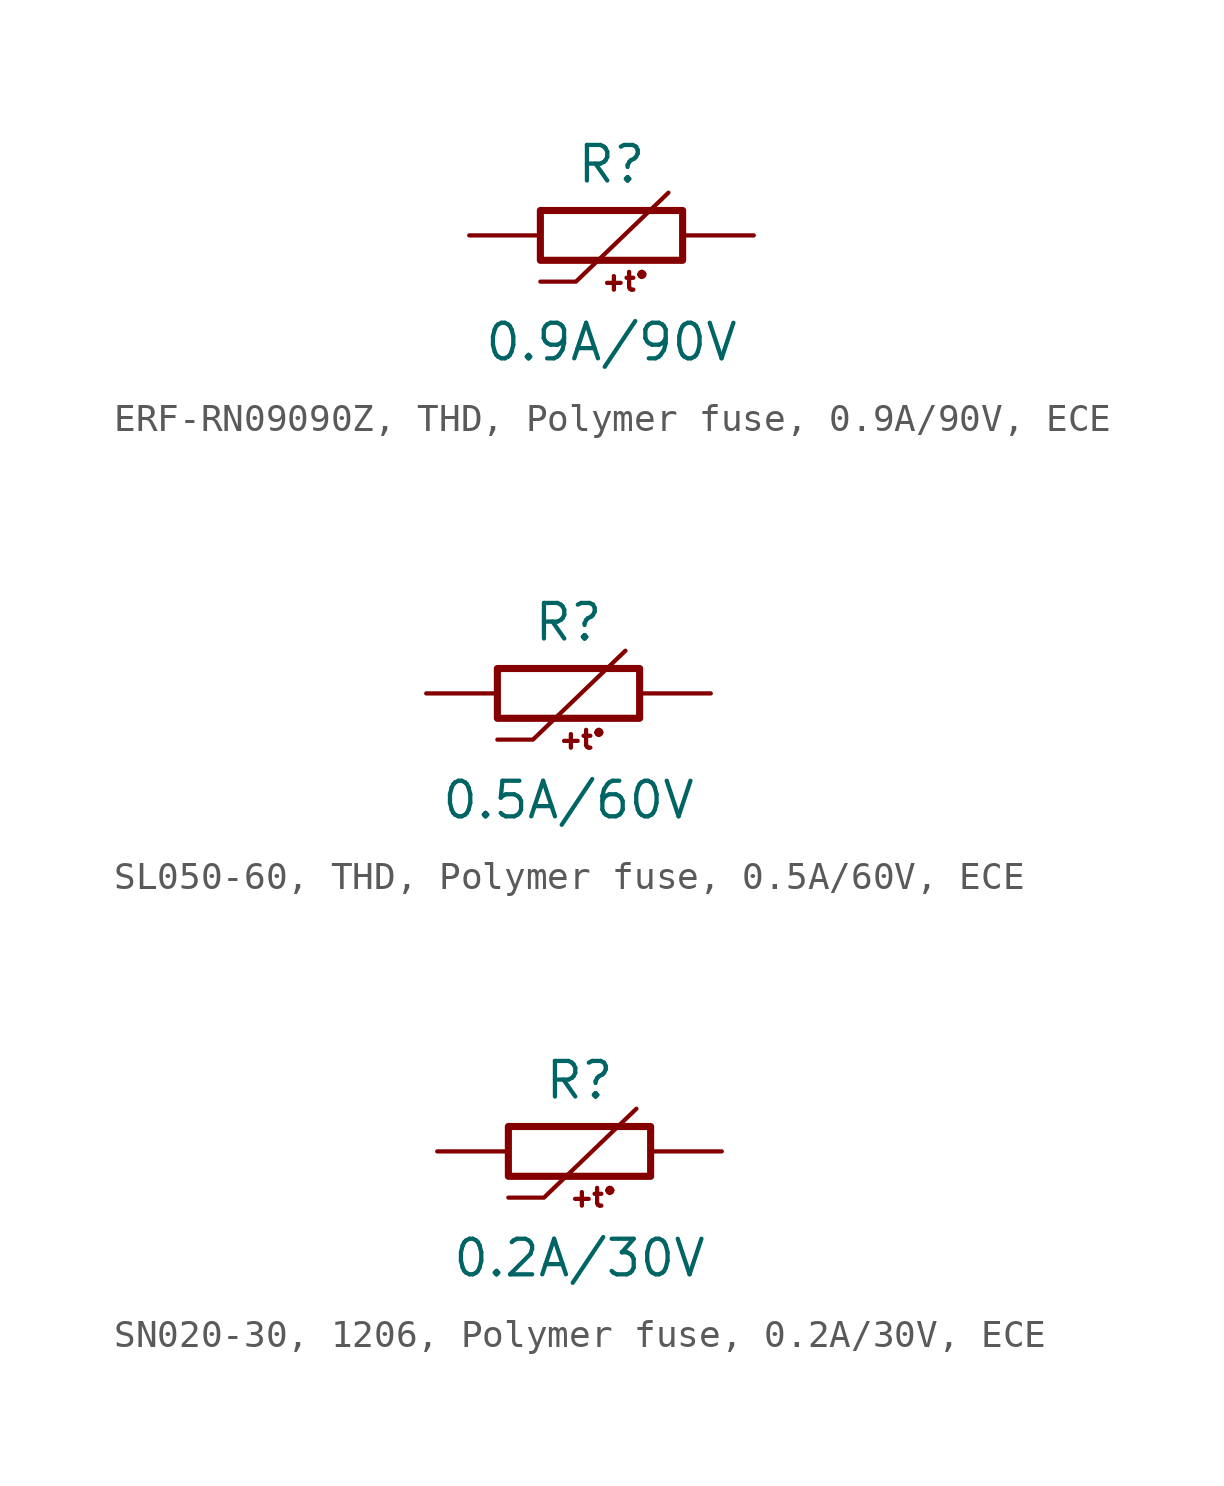
<source format=kicad_sym>
(kicad_symbol_lib
  (version 20241209)
  (generator "kicad_symbol_editor")
  (generator_version "9.0")
  (symbol "ERF-RN09090Z, THD, Polymer fuse, 0.9A/90V, ECE"
    (pin_numbers
      (hide yes))
    (pin_names
      (offset 0)
      (hide yes))
    (property "Reference" "R"
      (at 0 2.54 0)
      (effects (font (size 1.27 1.27))))
    (property "Value" "0.9A/90V"
      (at 0 -3.81 0)
      (effects (font (size 1.27 1.27))))
    (symbol "ERF-RN09090Z, THD, Polymer fuse, 0.9A/90V, ECE_0_0"
      (text "+t°" (at 0.508 -1.651 0) (effects (font (size 0.635 0.635)))))
    (symbol "ERF-RN09090Z, THD, Polymer fuse, 0.9A/90V, ECE_0_1"
      (rectangle (start -2.54 0.889) (end 2.54 -0.889) (stroke (width 0.254) (type default)) (fill (type none)))
      (polyline (pts (xy 2.032 1.524) (xy -1.27 -1.651) (xy -2.54 -1.651)) (stroke (width 0.152) (type default)) (fill (type none))))
    (symbol "ERF-RN09090Z, THD, Polymer fuse, 0.9A/90V, ECE_1_1"
      (pin passive line (at -5.08 0 0) (length 2.54) (name "1" (effects (font (size 1.27 1.27)))) (number "1" (effects (font (size 1.27 1.27)))))
      (pin passive line (at 5.08 0 180) (length 2.54) (name "2" (effects (font (size 1.27 1.27)))) (number "2" (effects (font (size 1.27 1.27)))))))
  (symbol "SL050-60, THD, Polymer fuse, 0.5A/60V, ECE"
    (pin_numbers
      (hide yes))
    (pin_names
      (offset 0)
      (hide yes))
    (property "Reference" "R"
      (at 0 2.54 0)
      (effects (font (size 1.27 1.27))))
    (property "Value" "0.5A/60V"
      (at 0 -3.81 0)
      (effects (font (size 1.27 1.27))))
    (symbol "SL050-60, THD, Polymer fuse, 0.5A/60V, ECE_0_0"
      (text "+t°" (at 0.508 -1.651 0) (effects (font (size 0.635 0.635)))))
    (symbol "SL050-60, THD, Polymer fuse, 0.5A/60V, ECE_0_1"
      (rectangle (start -2.54 0.889) (end 2.54 -0.889) (stroke (width 0.254) (type default)) (fill (type none)))
      (polyline (pts (xy 2.032 1.524) (xy -1.27 -1.651) (xy -2.54 -1.651)) (stroke (width 0.152) (type default)) (fill (type none))))
    (symbol "SL050-60, THD, Polymer fuse, 0.5A/60V, ECE_1_1"
      (pin passive line (at -5.08 0 0) (length 2.54) (name "1" (effects (font (size 1.27 1.27)))) (number "1" (effects (font (size 1.27 1.27)))))
      (pin passive line (at 5.08 0 180) (length 2.54) (name "2" (effects (font (size 1.27 1.27)))) (number "2" (effects (font (size 1.27 1.27)))))))
  (symbol "SN020-30, 1206, Polymer fuse, 0.2A/30V, ECE"
    (pin_numbers
      (hide yes))
    (pin_names
      (offset 0)
      (hide yes))
    (property "Reference" "R"
      (at 0 2.54 0)
      (effects (font (size 1.27 1.27))))
    (property "Value" "0.2A/30V"
      (at 0 -3.81 0)
      (effects (font (size 1.27 1.27))))
    (symbol "SN020-30, 1206, Polymer fuse, 0.2A/30V, ECE_0_0"
      (text "+t°" (at 0.508 -1.651 0) (effects (font (size 0.635 0.635)))))
    (symbol "SN020-30, 1206, Polymer fuse, 0.2A/30V, ECE_0_1"
      (rectangle (start -2.54 0.889) (end 2.54 -0.889) (stroke (width 0.254) (type default)) (fill (type none)))
      (polyline (pts (xy 2.032 1.524) (xy -1.27 -1.651) (xy -2.54 -1.651)) (stroke (width 0.152) (type default)) (fill (type none))))
    (symbol "SN020-30, 1206, Polymer fuse, 0.2A/30V, ECE_1_1"
      (pin passive line (at -5.08 0 0) (length 2.54) (name "1" (effects (font (size 1.27 1.27)))) (number "1" (effects (font (size 1.27 1.27)))))
      (pin passive line (at 5.08 0 180) (length 2.54) (name "2" (effects (font (size 1.27 1.27)))) (number "2" (effects (font (size 1.27 1.27))))))))
</source>
